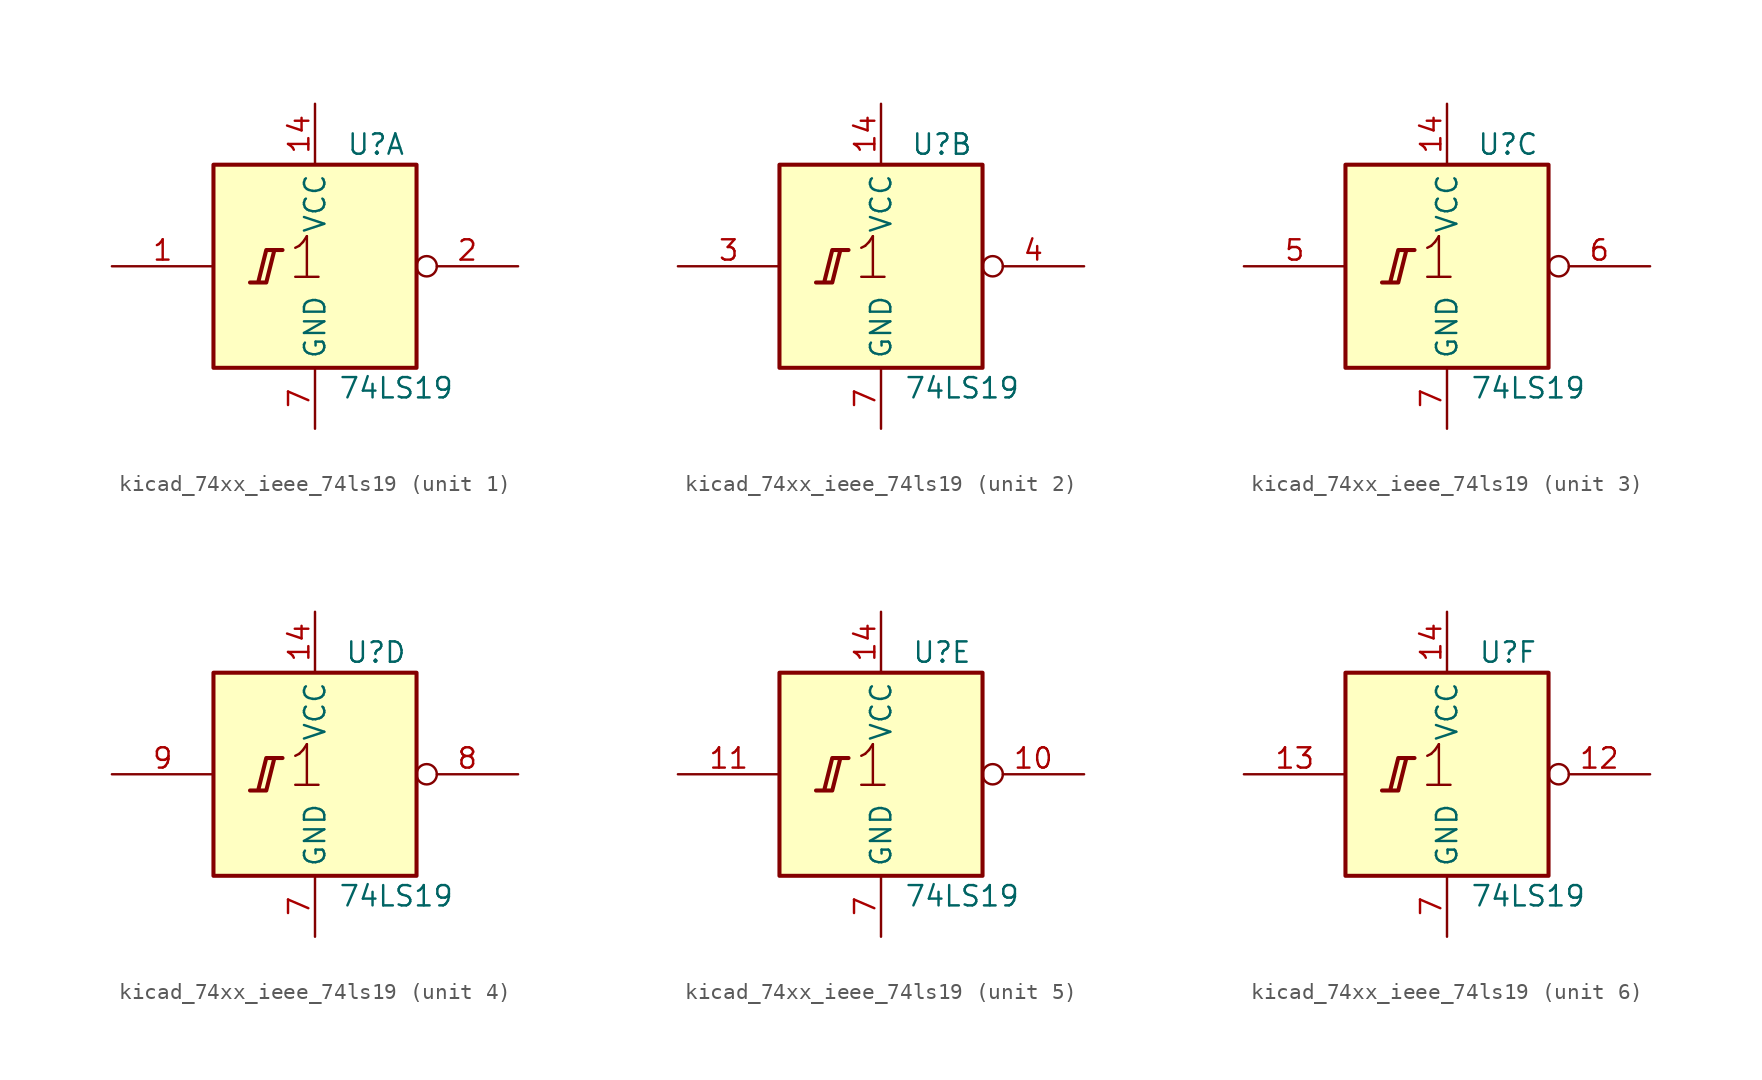
<source format=kicad_sym>
(kicad_symbol_lib
  (version 20220914)
  (generator kicad_symbol_editor)
  (symbol "kicad_74xx_ieee_74ls19"
    (property "Reference" "U"
      (at 3.81 7.62 0)
      (effects (font (size 1.27 1.27))))
    (property "Value" "74LS19"
      (at 5.08 -7.62 0)
      (effects (font (size 1.27 1.27))))
    (symbol "kicad_74xx_ieee_74ls19_0_0"
      (polyline (pts (xy -4.064 -1.016) (xy -3.048 -1.016) (xy -2.54 1.016) (xy -2.032 1.016) (xy -3.048 1.016) (xy -3.556 -1.016) (xy -3.556 -1.016)) (stroke (width 0.254) (type default)) (fill (type background)))
      (text "1" (at -0.508 0.508 0) (effects (font (size 2.54 2.54)))))
    (symbol "kicad_74xx_ieee_74ls19_0_1"
      (rectangle (start -6.35 6.35) (end 6.35 -6.35) (stroke (width 0.254) (type default)) (fill (type background)))
      (pin power_in line (at 0 10.16 270) (length 3.81) (name "VCC" (effects (font (size 1.27 1.27)))) (number "14" (effects (font (size 1.27 1.27)))))
      (pin power_in line (at 0 -10.16 90) (length 3.81) (name "GND" (effects (font (size 1.27 1.27)))) (number "7" (effects (font (size 1.27 1.27))))))
    (symbol "kicad_74xx_ieee_74ls19_1_1"
      (pin input line (at -12.7 0 0) (length 6.35) (name "~" (effects (font (size 1.27 1.27)))) (number "1" (effects (font (size 1.27 1.27)))))
      (pin output inverted (at 12.7 0 180) (length 6.35) (name "~" (effects (font (size 1.27 1.27)))) (number "2" (effects (font (size 1.27 1.27))))))
    (symbol "kicad_74xx_ieee_74ls19_2_1"
      (pin input line (at -12.7 0 0) (length 6.35) (name "~" (effects (font (size 1.27 1.27)))) (number "3" (effects (font (size 1.27 1.27)))))
      (pin output inverted (at 12.7 0 180) (length 6.35) (name "~" (effects (font (size 1.27 1.27)))) (number "4" (effects (font (size 1.27 1.27))))))
    (symbol "kicad_74xx_ieee_74ls19_3_1"
      (pin input line (at -12.7 0 0) (length 6.35) (name "~" (effects (font (size 1.27 1.27)))) (number "5" (effects (font (size 1.27 1.27)))))
      (pin output inverted (at 12.7 0 180) (length 6.35) (name "~" (effects (font (size 1.27 1.27)))) (number "6" (effects (font (size 1.27 1.27))))))
    (symbol "kicad_74xx_ieee_74ls19_4_1"
      (pin output inverted (at 12.7 0 180) (length 6.35) (name "~" (effects (font (size 1.27 1.27)))) (number "8" (effects (font (size 1.27 1.27)))))
      (pin input line (at -12.7 0 0) (length 6.35) (name "~" (effects (font (size 1.27 1.27)))) (number "9" (effects (font (size 1.27 1.27))))))
    (symbol "kicad_74xx_ieee_74ls19_5_1"
      (pin output inverted (at 12.7 0 180) (length 6.35) (name "~" (effects (font (size 1.27 1.27)))) (number "10" (effects (font (size 1.27 1.27)))))
      (pin input line (at -12.7 0 0) (length 6.35) (name "~" (effects (font (size 1.27 1.27)))) (number "11" (effects (font (size 1.27 1.27))))))
    (symbol "kicad_74xx_ieee_74ls19_6_1"
      (pin output inverted (at 12.7 0 180) (length 6.35) (name "~" (effects (font (size 1.27 1.27)))) (number "12" (effects (font (size 1.27 1.27)))))
      (pin input line (at -12.7 0 0) (length 6.35) (name "~" (effects (font (size 1.27 1.27)))) (number "13" (effects (font (size 1.27 1.27))))))))
</source>
